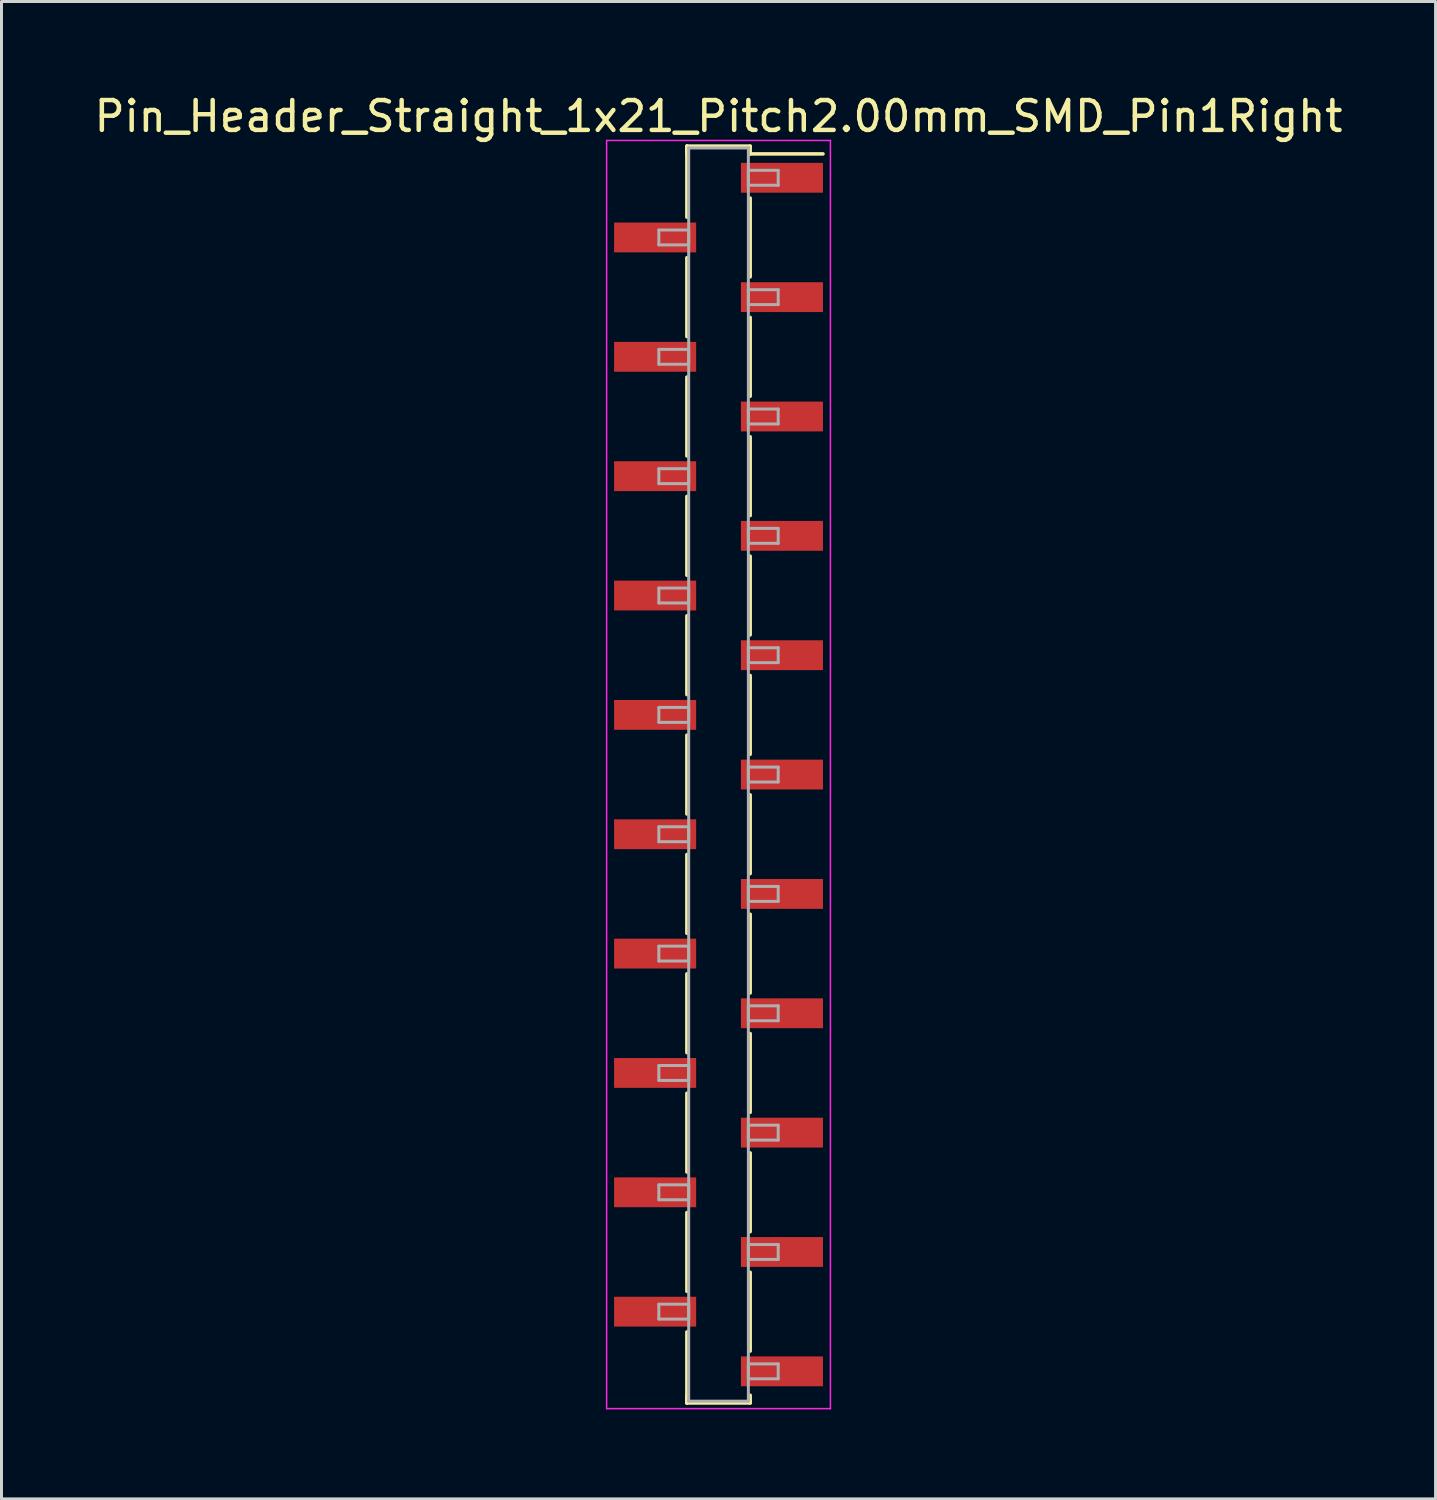
<source format=kicad_pcb>
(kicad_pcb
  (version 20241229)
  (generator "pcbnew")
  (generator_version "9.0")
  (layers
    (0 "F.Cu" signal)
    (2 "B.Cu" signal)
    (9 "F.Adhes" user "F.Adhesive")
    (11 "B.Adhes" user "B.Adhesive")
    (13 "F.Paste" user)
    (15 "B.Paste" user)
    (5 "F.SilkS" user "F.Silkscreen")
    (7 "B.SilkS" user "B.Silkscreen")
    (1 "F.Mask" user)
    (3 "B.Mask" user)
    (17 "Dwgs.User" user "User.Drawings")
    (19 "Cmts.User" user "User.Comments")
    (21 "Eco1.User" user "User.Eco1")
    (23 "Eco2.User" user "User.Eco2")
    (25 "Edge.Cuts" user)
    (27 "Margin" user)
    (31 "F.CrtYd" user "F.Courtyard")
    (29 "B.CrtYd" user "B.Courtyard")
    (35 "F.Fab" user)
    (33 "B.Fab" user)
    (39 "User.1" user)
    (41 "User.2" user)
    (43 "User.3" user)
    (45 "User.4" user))
  (footprint "Pin_Header_Straight_1x21_Pitch2.00mm_SMD_Pin1Right"
    (layer "F.Cu")
    (at 21.03 22.908)
    (property "Reference" "Pin_Header_Straight_1x21_Pitch2.00mm_SMD_Pin1Right" (at 0 -22.06 0) (layer "F.SilkS") (effects (font (size 1 1) (thickness 0.15))))
    (attr smd)
    (fp_line (start -1.06 -21.06) (end -1.06 -18.68) (stroke (width 0.12) (type solid)) (layer "F.SilkS"))
    (fp_line (start -1.06 -21.06) (end 1.06 -21.06) (stroke (width 0.12) (type solid)) (layer "F.SilkS"))
    (fp_line (start -1.06 -20.8) (end -1.06 -21.06) (stroke (width 0.12) (type solid)) (layer "F.SilkS"))
    (fp_line (start -1.06 -17.32) (end -1.06 -14.68) (stroke (width 0.12) (type solid)) (layer "F.SilkS"))
    (fp_line (start -1.06 -13.32) (end -1.06 -10.68) (stroke (width 0.12) (type solid)) (layer "F.SilkS"))
    (fp_line (start -1.06 -9.32) (end -1.06 -6.68) (stroke (width 0.12) (type solid)) (layer "F.SilkS"))
    (fp_line (start -1.06 -5.32) (end -1.06 -2.68) (stroke (width 0.12) (type solid)) (layer "F.SilkS"))
    (fp_line (start -1.06 -1.32) (end -1.06 1.32) (stroke (width 0.12) (type solid)) (layer "F.SilkS"))
    (fp_line (start -1.06 2.68) (end -1.06 5.32) (stroke (width 0.12) (type solid)) (layer "F.SilkS"))
    (fp_line (start -1.06 6.68) (end -1.06 9.32) (stroke (width 0.12) (type solid)) (layer "F.SilkS"))
    (fp_line (start -1.06 10.68) (end -1.06 13.32) (stroke (width 0.12) (type solid)) (layer "F.SilkS"))
    (fp_line (start -1.06 14.68) (end -1.06 17.32) (stroke (width 0.12) (type solid)) (layer "F.SilkS"))
    (fp_line (start -1.06 18.68) (end -1.06 21.06) (stroke (width 0.12) (type solid)) (layer "F.SilkS"))
    (fp_line (start -1.06 20.8) (end -1.06 21.06) (stroke (width 0.12) (type solid)) (layer "F.SilkS"))
    (fp_line (start -1.06 21.06) (end 1.06 21.06) (stroke (width 0.12) (type solid)) (layer "F.SilkS"))
    (fp_line (start 1.06 -21.06) (end 1.06 -20.8) (stroke (width 0.12) (type solid)) (layer "F.SilkS"))
    (fp_line (start 1.06 -20.8) (end 3.5 -20.8) (stroke (width 0.12) (type solid)) (layer "F.SilkS"))
    (fp_line (start 1.06 -19.32) (end 1.06 -16.68) (stroke (width 0.12) (type solid)) (layer "F.SilkS"))
    (fp_line (start 1.06 -15.32) (end 1.06 -12.68) (stroke (width 0.12) (type solid)) (layer "F.SilkS"))
    (fp_line (start 1.06 -11.32) (end 1.06 -8.68) (stroke (width 0.12) (type solid)) (layer "F.SilkS"))
    (fp_line (start 1.06 -7.32) (end 1.06 -4.68) (stroke (width 0.12) (type solid)) (layer "F.SilkS"))
    (fp_line (start 1.06 -3.32) (end 1.06 -0.68) (stroke (width 0.12) (type solid)) (layer "F.SilkS"))
    (fp_line (start 1.06 0.68) (end 1.06 3.32) (stroke (width 0.12) (type solid)) (layer "F.SilkS"))
    (fp_line (start 1.06 4.68) (end 1.06 7.32) (stroke (width 0.12) (type solid)) (layer "F.SilkS"))
    (fp_line (start 1.06 8.68) (end 1.06 11.32) (stroke (width 0.12) (type solid)) (layer "F.SilkS"))
    (fp_line (start 1.06 12.68) (end 1.06 15.32) (stroke (width 0.12) (type solid)) (layer "F.SilkS"))
    (fp_line (start 1.06 16.68) (end 1.06 19.32) (stroke (width 0.12) (type solid)) (layer "F.SilkS"))
    (fp_line (start 1.06 21.06) (end 1.06 20.8) (stroke (width 0.12) (type solid)) (layer "F.SilkS"))
    (fp_line (start -3.75 -21.25) (end -3.75 21.25) (stroke (width 0.05) (type solid)) (layer "F.CrtYd"))
    (fp_line (start -3.75 21.25) (end 3.75 21.25) (stroke (width 0.05) (type solid)) (layer "F.CrtYd"))
    (fp_line (start 3.75 -21.25) (end -3.75 -21.25) (stroke (width 0.05) (type solid)) (layer "F.CrtYd"))
    (fp_line (start 3.75 21.25) (end 3.75 -21.25) (stroke (width 0.05) (type solid)) (layer "F.CrtYd"))
    (fp_line (start -2 -18.25) (end -1 -18.25) (stroke (width 0.1) (type solid)) (layer "F.Fab"))
    (fp_line (start -2 -17.75) (end -2 -18.25) (stroke (width 0.1) (type solid)) (layer "F.Fab"))
    (fp_line (start -2 -14.25) (end -1 -14.25) (stroke (width 0.1) (type solid)) (layer "F.Fab"))
    (fp_line (start -2 -13.75) (end -2 -14.25) (stroke (width 0.1) (type solid)) (layer "F.Fab"))
    (fp_line (start -2 -10.25) (end -1 -10.25) (stroke (width 0.1) (type solid)) (layer "F.Fab"))
    (fp_line (start -2 -9.75) (end -2 -10.25) (stroke (width 0.1) (type solid)) (layer "F.Fab"))
    (fp_line (start -2 -6.25) (end -1 -6.25) (stroke (width 0.1) (type solid)) (layer "F.Fab"))
    (fp_line (start -2 -5.75) (end -2 -6.25) (stroke (width 0.1) (type solid)) (layer "F.Fab"))
    (fp_line (start -2 -2.25) (end -1 -2.25) (stroke (width 0.1) (type solid)) (layer "F.Fab"))
    (fp_line (start -2 -1.75) (end -2 -2.25) (stroke (width 0.1) (type solid)) (layer "F.Fab"))
    (fp_line (start -2 1.75) (end -1 1.75) (stroke (width 0.1) (type solid)) (layer "F.Fab"))
    (fp_line (start -2 2.25) (end -2 1.75) (stroke (width 0.1) (type solid)) (layer "F.Fab"))
    (fp_line (start -2 5.75) (end -1 5.75) (stroke (width 0.1) (type solid)) (layer "F.Fab"))
    (fp_line (start -2 6.25) (end -2 5.75) (stroke (width 0.1) (type solid)) (layer "F.Fab"))
    (fp_line (start -2 9.75) (end -1 9.75) (stroke (width 0.1) (type solid)) (layer "F.Fab"))
    (fp_line (start -2 10.25) (end -2 9.75) (stroke (width 0.1) (type solid)) (layer "F.Fab"))
    (fp_line (start -2 13.75) (end -1 13.75) (stroke (width 0.1) (type solid)) (layer "F.Fab"))
    (fp_line (start -2 14.25) (end -2 13.75) (stroke (width 0.1) (type solid)) (layer "F.Fab"))
    (fp_line (start -2 17.75) (end -1 17.75) (stroke (width 0.1) (type solid)) (layer "F.Fab"))
    (fp_line (start -2 18.25) (end -2 17.75) (stroke (width 0.1) (type solid)) (layer "F.Fab"))
    (fp_line (start -1 -21) (end -1 21) (stroke (width 0.1) (type solid)) (layer "F.Fab"))
    (fp_line (start -1 -18.25) (end -1 -17.75) (stroke (width 0.1) (type solid)) (layer "F.Fab"))
    (fp_line (start -1 -17.75) (end -2 -17.75) (stroke (width 0.1) (type solid)) (layer "F.Fab"))
    (fp_line (start -1 -14.25) (end -1 -13.75) (stroke (width 0.1) (type solid)) (layer "F.Fab"))
    (fp_line (start -1 -13.75) (end -2 -13.75) (stroke (width 0.1) (type solid)) (layer "F.Fab"))
    (fp_line (start -1 -10.25) (end -1 -9.75) (stroke (width 0.1) (type solid)) (layer "F.Fab"))
    (fp_line (start -1 -9.75) (end -2 -9.75) (stroke (width 0.1) (type solid)) (layer "F.Fab"))
    (fp_line (start -1 -6.25) (end -1 -5.75) (stroke (width 0.1) (type solid)) (layer "F.Fab"))
    (fp_line (start -1 -5.75) (end -2 -5.75) (stroke (width 0.1) (type solid)) (layer "F.Fab"))
    (fp_line (start -1 -2.25) (end -1 -1.75) (stroke (width 0.1) (type solid)) (layer "F.Fab"))
    (fp_line (start -1 -1.75) (end -2 -1.75) (stroke (width 0.1) (type solid)) (layer "F.Fab"))
    (fp_line (start -1 1.75) (end -1 2.25) (stroke (width 0.1) (type solid)) (layer "F.Fab"))
    (fp_line (start -1 2.25) (end -2 2.25) (stroke (width 0.1) (type solid)) (layer "F.Fab"))
    (fp_line (start -1 5.75) (end -1 6.25) (stroke (width 0.1) (type solid)) (layer "F.Fab"))
    (fp_line (start -1 6.25) (end -2 6.25) (stroke (width 0.1) (type solid)) (layer "F.Fab"))
    (fp_line (start -1 9.75) (end -1 10.25) (stroke (width 0.1) (type solid)) (layer "F.Fab"))
    (fp_line (start -1 10.25) (end -2 10.25) (stroke (width 0.1) (type solid)) (layer "F.Fab"))
    (fp_line (start -1 13.75) (end -1 14.25) (stroke (width 0.1) (type solid)) (layer "F.Fab"))
    (fp_line (start -1 14.25) (end -2 14.25) (stroke (width 0.1) (type solid)) (layer "F.Fab"))
    (fp_line (start -1 17.75) (end -1 18.25) (stroke (width 0.1) (type solid)) (layer "F.Fab"))
    (fp_line (start -1 18.25) (end -2 18.25) (stroke (width 0.1) (type solid)) (layer "F.Fab"))
    (fp_line (start -1 21) (end 1 21) (stroke (width 0.1) (type solid)) (layer "F.Fab"))
    (fp_line (start 1 -21) (end -1 -21) (stroke (width 0.1) (type solid)) (layer "F.Fab"))
    (fp_line (start 1 -20.25) (end 1 -19.75) (stroke (width 0.1) (type solid)) (layer "F.Fab"))
    (fp_line (start 1 -19.75) (end 2 -19.75) (stroke (width 0.1) (type solid)) (layer "F.Fab"))
    (fp_line (start 1 -16.25) (end 1 -15.75) (stroke (width 0.1) (type solid)) (layer "F.Fab"))
    (fp_line (start 1 -15.75) (end 2 -15.75) (stroke (width 0.1) (type solid)) (layer "F.Fab"))
    (fp_line (start 1 -12.25) (end 1 -11.75) (stroke (width 0.1) (type solid)) (layer "F.Fab"))
    (fp_line (start 1 -11.75) (end 2 -11.75) (stroke (width 0.1) (type solid)) (layer "F.Fab"))
    (fp_line (start 1 -8.25) (end 1 -7.75) (stroke (width 0.1) (type solid)) (layer "F.Fab"))
    (fp_line (start 1 -7.75) (end 2 -7.75) (stroke (width 0.1) (type solid)) (layer "F.Fab"))
    (fp_line (start 1 -4.25) (end 1 -3.75) (stroke (width 0.1) (type solid)) (layer "F.Fab"))
    (fp_line (start 1 -3.75) (end 2 -3.75) (stroke (width 0.1) (type solid)) (layer "F.Fab"))
    (fp_line (start 1 -0.25) (end 1 0.25) (stroke (width 0.1) (type solid)) (layer "F.Fab"))
    (fp_line (start 1 0.25) (end 2 0.25) (stroke (width 0.1) (type solid)) (layer "F.Fab"))
    (fp_line (start 1 3.75) (end 1 4.25) (stroke (width 0.1) (type solid)) (layer "F.Fab"))
    (fp_line (start 1 4.25) (end 2 4.25) (stroke (width 0.1) (type solid)) (layer "F.Fab"))
    (fp_line (start 1 7.75) (end 1 8.25) (stroke (width 0.1) (type solid)) (layer "F.Fab"))
    (fp_line (start 1 8.25) (end 2 8.25) (stroke (width 0.1) (type solid)) (layer "F.Fab"))
    (fp_line (start 1 11.75) (end 1 12.25) (stroke (width 0.1) (type solid)) (layer "F.Fab"))
    (fp_line (start 1 12.25) (end 2 12.25) (stroke (width 0.1) (type solid)) (layer "F.Fab"))
    (fp_line (start 1 15.75) (end 1 16.25) (stroke (width 0.1) (type solid)) (layer "F.Fab"))
    (fp_line (start 1 16.25) (end 2 16.25) (stroke (width 0.1) (type solid)) (layer "F.Fab"))
    (fp_line (start 1 19.75) (end 1 20.25) (stroke (width 0.1) (type solid)) (layer "F.Fab"))
    (fp_line (start 1 20.25) (end 2 20.25) (stroke (width 0.1) (type solid)) (layer "F.Fab"))
    (fp_line (start 1 21) (end 1 -21) (stroke (width 0.1) (type solid)) (layer "F.Fab"))
    (fp_line (start 2 -20.25) (end 1 -20.25) (stroke (width 0.1) (type solid)) (layer "F.Fab"))
    (fp_line (start 2 -19.75) (end 2 -20.25) (stroke (width 0.1) (type solid)) (layer "F.Fab"))
    (fp_line (start 2 -16.25) (end 1 -16.25) (stroke (width 0.1) (type solid)) (layer "F.Fab"))
    (fp_line (start 2 -15.75) (end 2 -16.25) (stroke (width 0.1) (type solid)) (layer "F.Fab"))
    (fp_line (start 2 -12.25) (end 1 -12.25) (stroke (width 0.1) (type solid)) (layer "F.Fab"))
    (fp_line (start 2 -11.75) (end 2 -12.25) (stroke (width 0.1) (type solid)) (layer "F.Fab"))
    (fp_line (start 2 -8.25) (end 1 -8.25) (stroke (width 0.1) (type solid)) (layer "F.Fab"))
    (fp_line (start 2 -7.75) (end 2 -8.25) (stroke (width 0.1) (type solid)) (layer "F.Fab"))
    (fp_line (start 2 -4.25) (end 1 -4.25) (stroke (width 0.1) (type solid)) (layer "F.Fab"))
    (fp_line (start 2 -3.75) (end 2 -4.25) (stroke (width 0.1) (type solid)) (layer "F.Fab"))
    (fp_line (start 2 -0.25) (end 1 -0.25) (stroke (width 0.1) (type solid)) (layer "F.Fab"))
    (fp_line (start 2 0.25) (end 2 -0.25) (stroke (width 0.1) (type solid)) (layer "F.Fab"))
    (fp_line (start 2 3.75) (end 1 3.75) (stroke (width 0.1) (type solid)) (layer "F.Fab"))
    (fp_line (start 2 4.25) (end 2 3.75) (stroke (width 0.1) (type solid)) (layer "F.Fab"))
    (fp_line (start 2 7.75) (end 1 7.75) (stroke (width 0.1) (type solid)) (layer "F.Fab"))
    (fp_line (start 2 8.25) (end 2 7.75) (stroke (width 0.1) (type solid)) (layer "F.Fab"))
    (fp_line (start 2 11.75) (end 1 11.75) (stroke (width 0.1) (type solid)) (layer "F.Fab"))
    (fp_line (start 2 12.25) (end 2 11.75) (stroke (width 0.1) (type solid)) (layer "F.Fab"))
    (fp_line (start 2 15.75) (end 1 15.75) (stroke (width 0.1) (type solid)) (layer "F.Fab"))
    (fp_line (start 2 16.25) (end 2 15.75) (stroke (width 0.1) (type solid)) (layer "F.Fab"))
    (fp_line (start 2 19.75) (end 1 19.75) (stroke (width 0.1) (type solid)) (layer "F.Fab"))
    (fp_line (start 2 20.25) (end 2 19.75) (stroke (width 0.1) (type solid)) (layer "F.Fab"))
    (pad "1" smd rect (at 2.125 -20) (size 2.75 1) (layers "F.Cu" "F.Mask"))
    (pad "2" smd rect (at -2.125 -18) (size 2.75 1) (layers "F.Cu" "F.Mask"))
    (pad "3" smd rect (at 2.125 -16) (size 2.75 1) (layers "F.Cu" "F.Mask"))
    (pad "4" smd rect (at -2.125 -14) (size 2.75 1) (layers "F.Cu" "F.Mask"))
    (pad "5" smd rect (at 2.125 -12) (size 2.75 1) (layers "F.Cu" "F.Mask"))
    (pad "6" smd rect (at -2.125 -10) (size 2.75 1) (layers "F.Cu" "F.Mask"))
    (pad "7" smd rect (at 2.125 -8) (size 2.75 1) (layers "F.Cu" "F.Mask"))
    (pad "8" smd rect (at -2.125 -6) (size 2.75 1) (layers "F.Cu" "F.Mask"))
    (pad "9" smd rect (at 2.125 -4) (size 2.75 1) (layers "F.Cu" "F.Mask"))
    (pad "10" smd rect (at -2.125 -2) (size 2.75 1) (layers "F.Cu" "F.Mask"))
    (pad "11" smd rect (at 2.125 0) (size 2.75 1) (layers "F.Cu" "F.Mask"))
    (pad "12" smd rect (at -2.125 2) (size 2.75 1) (layers "F.Cu" "F.Mask"))
    (pad "13" smd rect (at 2.125 4) (size 2.75 1) (layers "F.Cu" "F.Mask"))
    (pad "14" smd rect (at -2.125 6) (size 2.75 1) (layers "F.Cu" "F.Mask"))
    (pad "15" smd rect (at 2.125 8) (size 2.75 1) (layers "F.Cu" "F.Mask"))
    (pad "16" smd rect (at -2.125 10) (size 2.75 1) (layers "F.Cu" "F.Mask"))
    (pad "17" smd rect (at 2.125 12) (size 2.75 1) (layers "F.Cu" "F.Mask"))
    (pad "18" smd rect (at -2.125 14) (size 2.75 1) (layers "F.Cu" "F.Mask"))
    (pad "19" smd rect (at 2.125 16) (size 2.75 1) (layers "F.Cu" "F.Mask"))
    (pad "20" smd rect (at -2.125 18) (size 2.75 1) (layers "F.Cu" "F.Mask"))
    (pad "21" smd rect (at 2.125 20) (size 2.75 1) (layers "F.Cu" "F.Mask")))
  (gr_rect
    (start -3 -3)
    (end 45.06 47.183)
    (stroke (width 0.1) (type default))
    (fill no)
    (layer "Edge.Cuts")))
</source>
